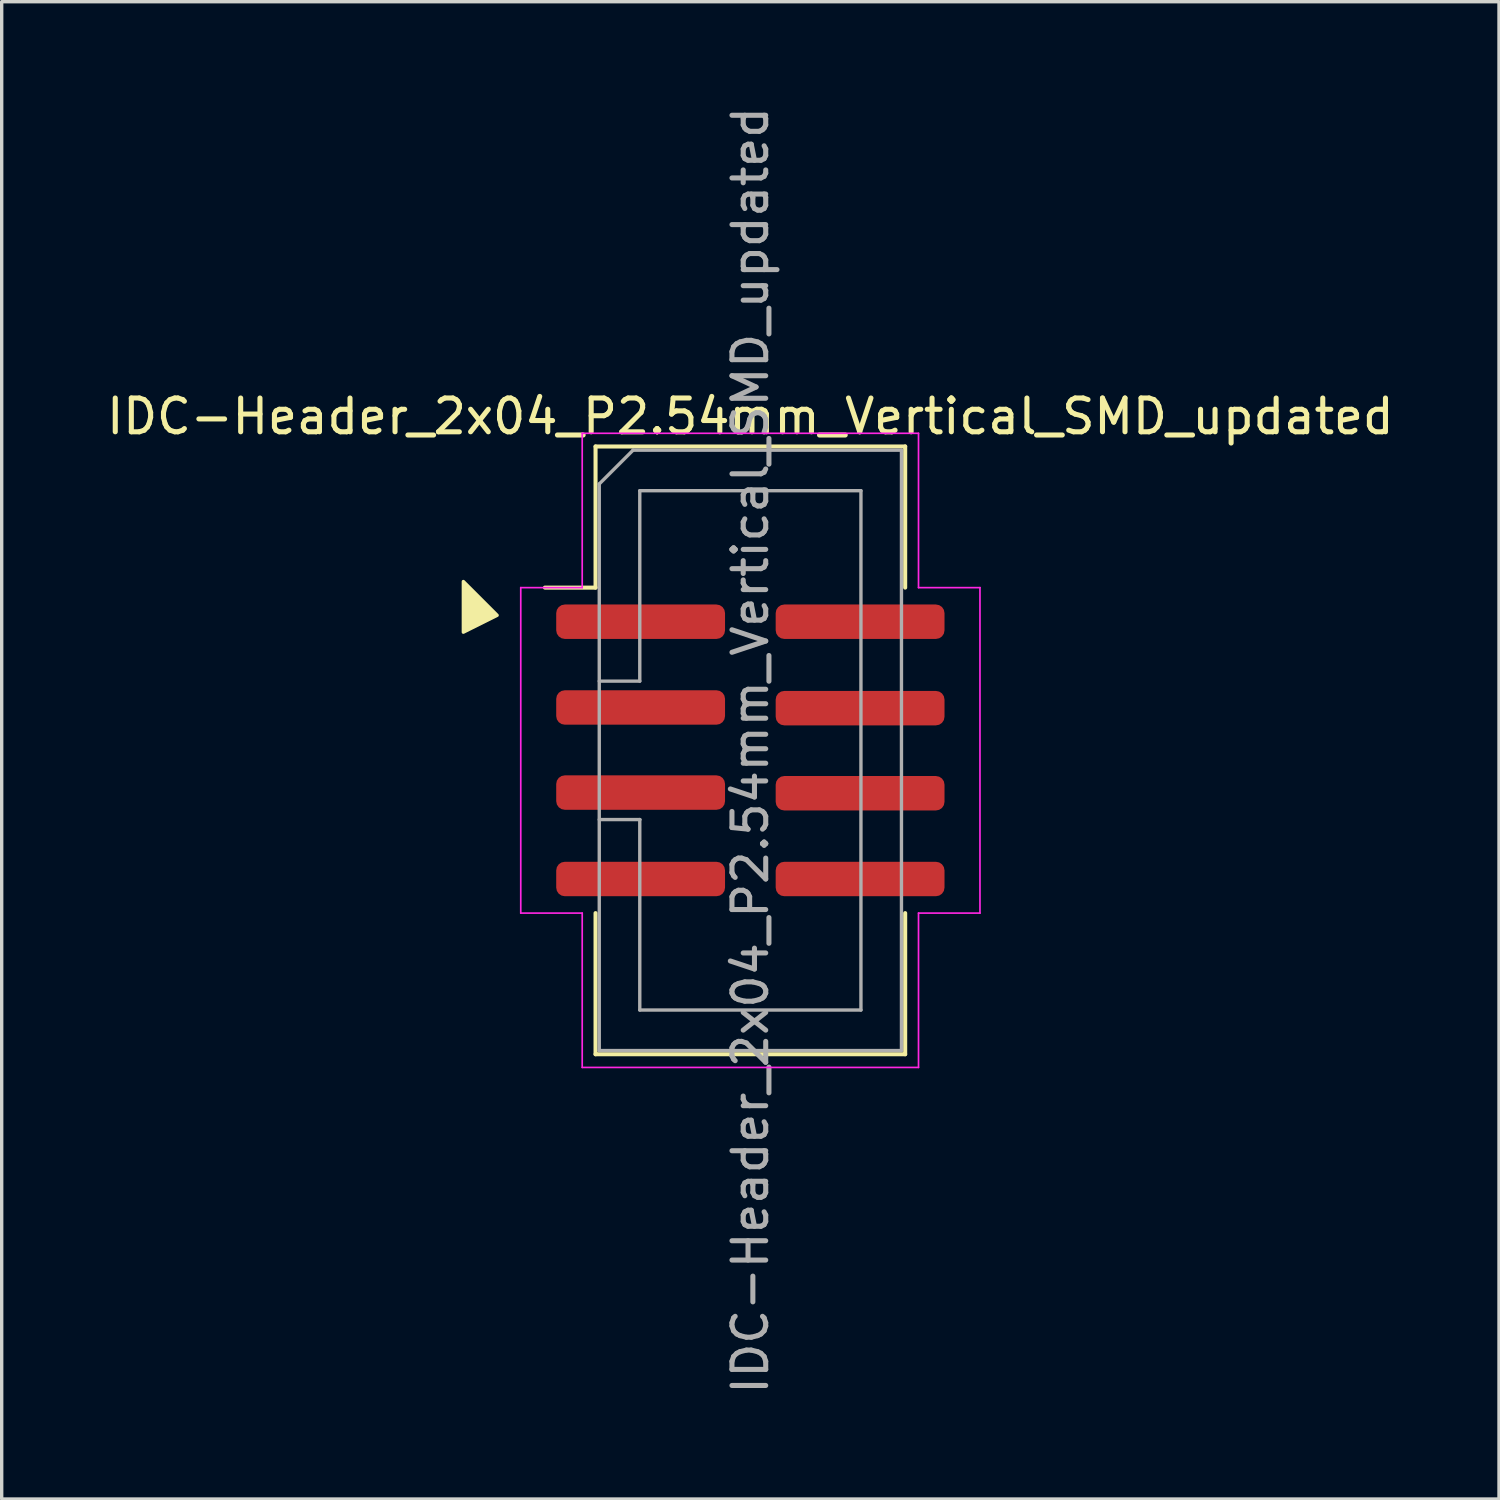
<source format=kicad_pcb>
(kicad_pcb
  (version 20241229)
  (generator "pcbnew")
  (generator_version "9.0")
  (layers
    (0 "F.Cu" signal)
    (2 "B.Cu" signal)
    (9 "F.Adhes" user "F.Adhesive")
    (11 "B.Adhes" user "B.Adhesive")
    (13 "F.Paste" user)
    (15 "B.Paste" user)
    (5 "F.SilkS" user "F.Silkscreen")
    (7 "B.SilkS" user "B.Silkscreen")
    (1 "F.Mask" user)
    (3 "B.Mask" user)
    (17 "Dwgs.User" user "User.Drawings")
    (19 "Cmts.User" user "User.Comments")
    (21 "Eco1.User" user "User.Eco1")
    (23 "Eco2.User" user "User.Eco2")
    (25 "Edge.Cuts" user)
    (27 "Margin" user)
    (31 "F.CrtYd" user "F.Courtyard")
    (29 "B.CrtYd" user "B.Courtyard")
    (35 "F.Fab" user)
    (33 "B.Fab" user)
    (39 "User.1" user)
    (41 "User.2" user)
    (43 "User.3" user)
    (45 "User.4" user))
  (footprint "IDC-Header_2x04_P2.54mm_Vertical_SMD_updated"
    (layer "F.Cu")
    (at 19.173 19.173)
    (property "Reference" "IDC-Header_2x04_P2.54mm_Vertical_SMD_updated" (at 0 -9.89 0) (layer "F.SilkS") (effects (font (size 1 1) (thickness 0.15))))
    (attr smd)
    (fp_line (start -4.585 -9) (end 4.585 -9) (stroke (width 0.12) (type solid)) (layer "F.SilkS"))
    (fp_line (start -4.585 -4.82) (end -6.085 -4.82) (stroke (width 0.12) (type solid)) (layer "F.SilkS"))
    (fp_line (start -4.585 -4.82) (end -4.585 -9) (stroke (width 0.12) (type solid)) (layer "F.SilkS"))
    (fp_line (start -4.585 4.82) (end -4.585 9) (stroke (width 0.12) (type solid)) (layer "F.SilkS"))
    (fp_line (start -4.585 9) (end 4.585 9) (stroke (width 0.12) (type solid)) (layer "F.SilkS"))
    (fp_line (start 4.585 -9) (end 4.585 -4.82) (stroke (width 0.12) (type solid)) (layer "F.SilkS"))
    (fp_line (start 4.585 9) (end 4.585 4.82) (stroke (width 0.12) (type solid)) (layer "F.SilkS"))
    (fp_poly (pts (xy -7.5 -4) (xy -8.5 -5) (xy -8.5 -3.5)) (stroke (width 0.1) (type solid)) (fill yes) (layer "F.SilkS"))
    (fp_line (start -6.8 -4.82) (end -6.8 4.82) (stroke (width 0.05) (type solid)) (layer "F.CrtYd"))
    (fp_line (start -6.8 4.82) (end -4.98 4.82) (stroke (width 0.05) (type solid)) (layer "F.CrtYd"))
    (fp_line (start -4.98 -9.39) (end -4.98 -4.82) (stroke (width 0.05) (type solid)) (layer "F.CrtYd"))
    (fp_line (start -4.98 -4.82) (end -6.8 -4.82) (stroke (width 0.05) (type solid)) (layer "F.CrtYd"))
    (fp_line (start -4.98 4.82) (end -4.98 9.39) (stroke (width 0.05) (type solid)) (layer "F.CrtYd"))
    (fp_line (start -4.98 9.39) (end 4.98 9.39) (stroke (width 0.05) (type solid)) (layer "F.CrtYd"))
    (fp_line (start 4.98 -9.39) (end -4.98 -9.39) (stroke (width 0.05) (type solid)) (layer "F.CrtYd"))
    (fp_line (start 4.98 -4.82) (end 4.98 -9.39) (stroke (width 0.05) (type solid)) (layer "F.CrtYd"))
    (fp_line (start 4.98 4.82) (end 6.8 4.82) (stroke (width 0.05) (type solid)) (layer "F.CrtYd"))
    (fp_line (start 4.98 9.39) (end 4.98 4.82) (stroke (width 0.05) (type solid)) (layer "F.CrtYd"))
    (fp_line (start 6.8 -4.82) (end 4.98 -4.82) (stroke (width 0.05) (type solid)) (layer "F.CrtYd"))
    (fp_line (start 6.8 4.82) (end 6.8 -4.82) (stroke (width 0.05) (type solid)) (layer "F.CrtYd"))
    (fp_line (start -4.475 -7.89) (end -3.475 -8.89) (stroke (width 0.1) (type solid)) (layer "F.Fab"))
    (fp_line (start -4.475 -2.05) (end -3.275 -2.05) (stroke (width 0.1) (type solid)) (layer "F.Fab"))
    (fp_line (start -4.475 8.89) (end -4.475 -7.89) (stroke (width 0.1) (type solid)) (layer "F.Fab"))
    (fp_line (start -3.475 -8.89) (end 4.475 -8.89) (stroke (width 0.1) (type solid)) (layer "F.Fab"))
    (fp_line (start -3.275 -7.69) (end 3.275 -7.69) (stroke (width 0.1) (type solid)) (layer "F.Fab"))
    (fp_line (start -3.275 -2.05) (end -3.275 -7.69) (stroke (width 0.1) (type solid)) (layer "F.Fab"))
    (fp_line (start -3.275 2.05) (end -4.475 2.05) (stroke (width 0.1) (type solid)) (layer "F.Fab"))
    (fp_line (start -3.275 2.05) (end -3.275 2.05) (stroke (width 0.1) (type solid)) (layer "F.Fab"))
    (fp_line (start -3.275 7.69) (end -3.275 2.05) (stroke (width 0.1) (type solid)) (layer "F.Fab"))
    (fp_line (start 3.275 -7.69) (end 3.275 7.69) (stroke (width 0.1) (type solid)) (layer "F.Fab"))
    (fp_line (start 3.275 7.69) (end -3.275 7.69) (stroke (width 0.1) (type solid)) (layer "F.Fab"))
    (fp_line (start 4.475 -8.89) (end 4.475 8.89) (stroke (width 0.1) (type solid)) (layer "F.Fab"))
    (fp_line (start 4.475 8.89) (end -4.475 8.89) (stroke (width 0.1) (type solid)) (layer "F.Fab"))
    (fp_text user "${REFERENCE}" (at 0 0 90) (layer "F.Fab") (effects (font (size 1 1) (thickness 0.15))))
    (pad "1" smd roundrect (at -3.25 -3.81) (size 5 1.02) (layers "F.Cu" "F.Mask" "F.Paste") (roundrect_rratio 0.25))
    (pad "2" smd roundrect (at 3.25 -3.81) (size 5 1.02) (layers "F.Cu" "F.Mask" "F.Paste") (roundrect_rratio 0.25))
    (pad "3" smd roundrect (at -3.25 -1.27) (size 5 1.02) (layers "F.Cu" "F.Mask" "F.Paste") (roundrect_rratio 0.25))
    (pad "4" smd roundrect (at 3.25 -1.25) (size 5 1.02) (layers "F.Cu" "F.Mask" "F.Paste") (roundrect_rratio 0.25))
    (pad "5" smd roundrect (at -3.25 1.25) (size 5 1.02) (layers "F.Cu" "F.Mask" "F.Paste") (roundrect_rratio 0.25))
    (pad "6" smd roundrect (at 3.25 1.27) (size 5 1.02) (layers "F.Cu" "F.Mask" "F.Paste") (roundrect_rratio 0.25))
    (pad "7" smd roundrect (at -3.25 3.81) (size 5 1.02) (layers "F.Cu" "F.Mask" "F.Paste") (roundrect_rratio 0.25))
    (pad "8" smd roundrect (at 3.25 3.81) (size 5 1.02) (layers "F.Cu" "F.Mask" "F.Paste") (roundrect_rratio 0.25)))
  (gr_rect
    (start -3 -3)
    (end 41.345 41.345)
    (stroke (width 0.1) (type default))
    (fill no)
    (layer "Edge.Cuts")))
</source>
